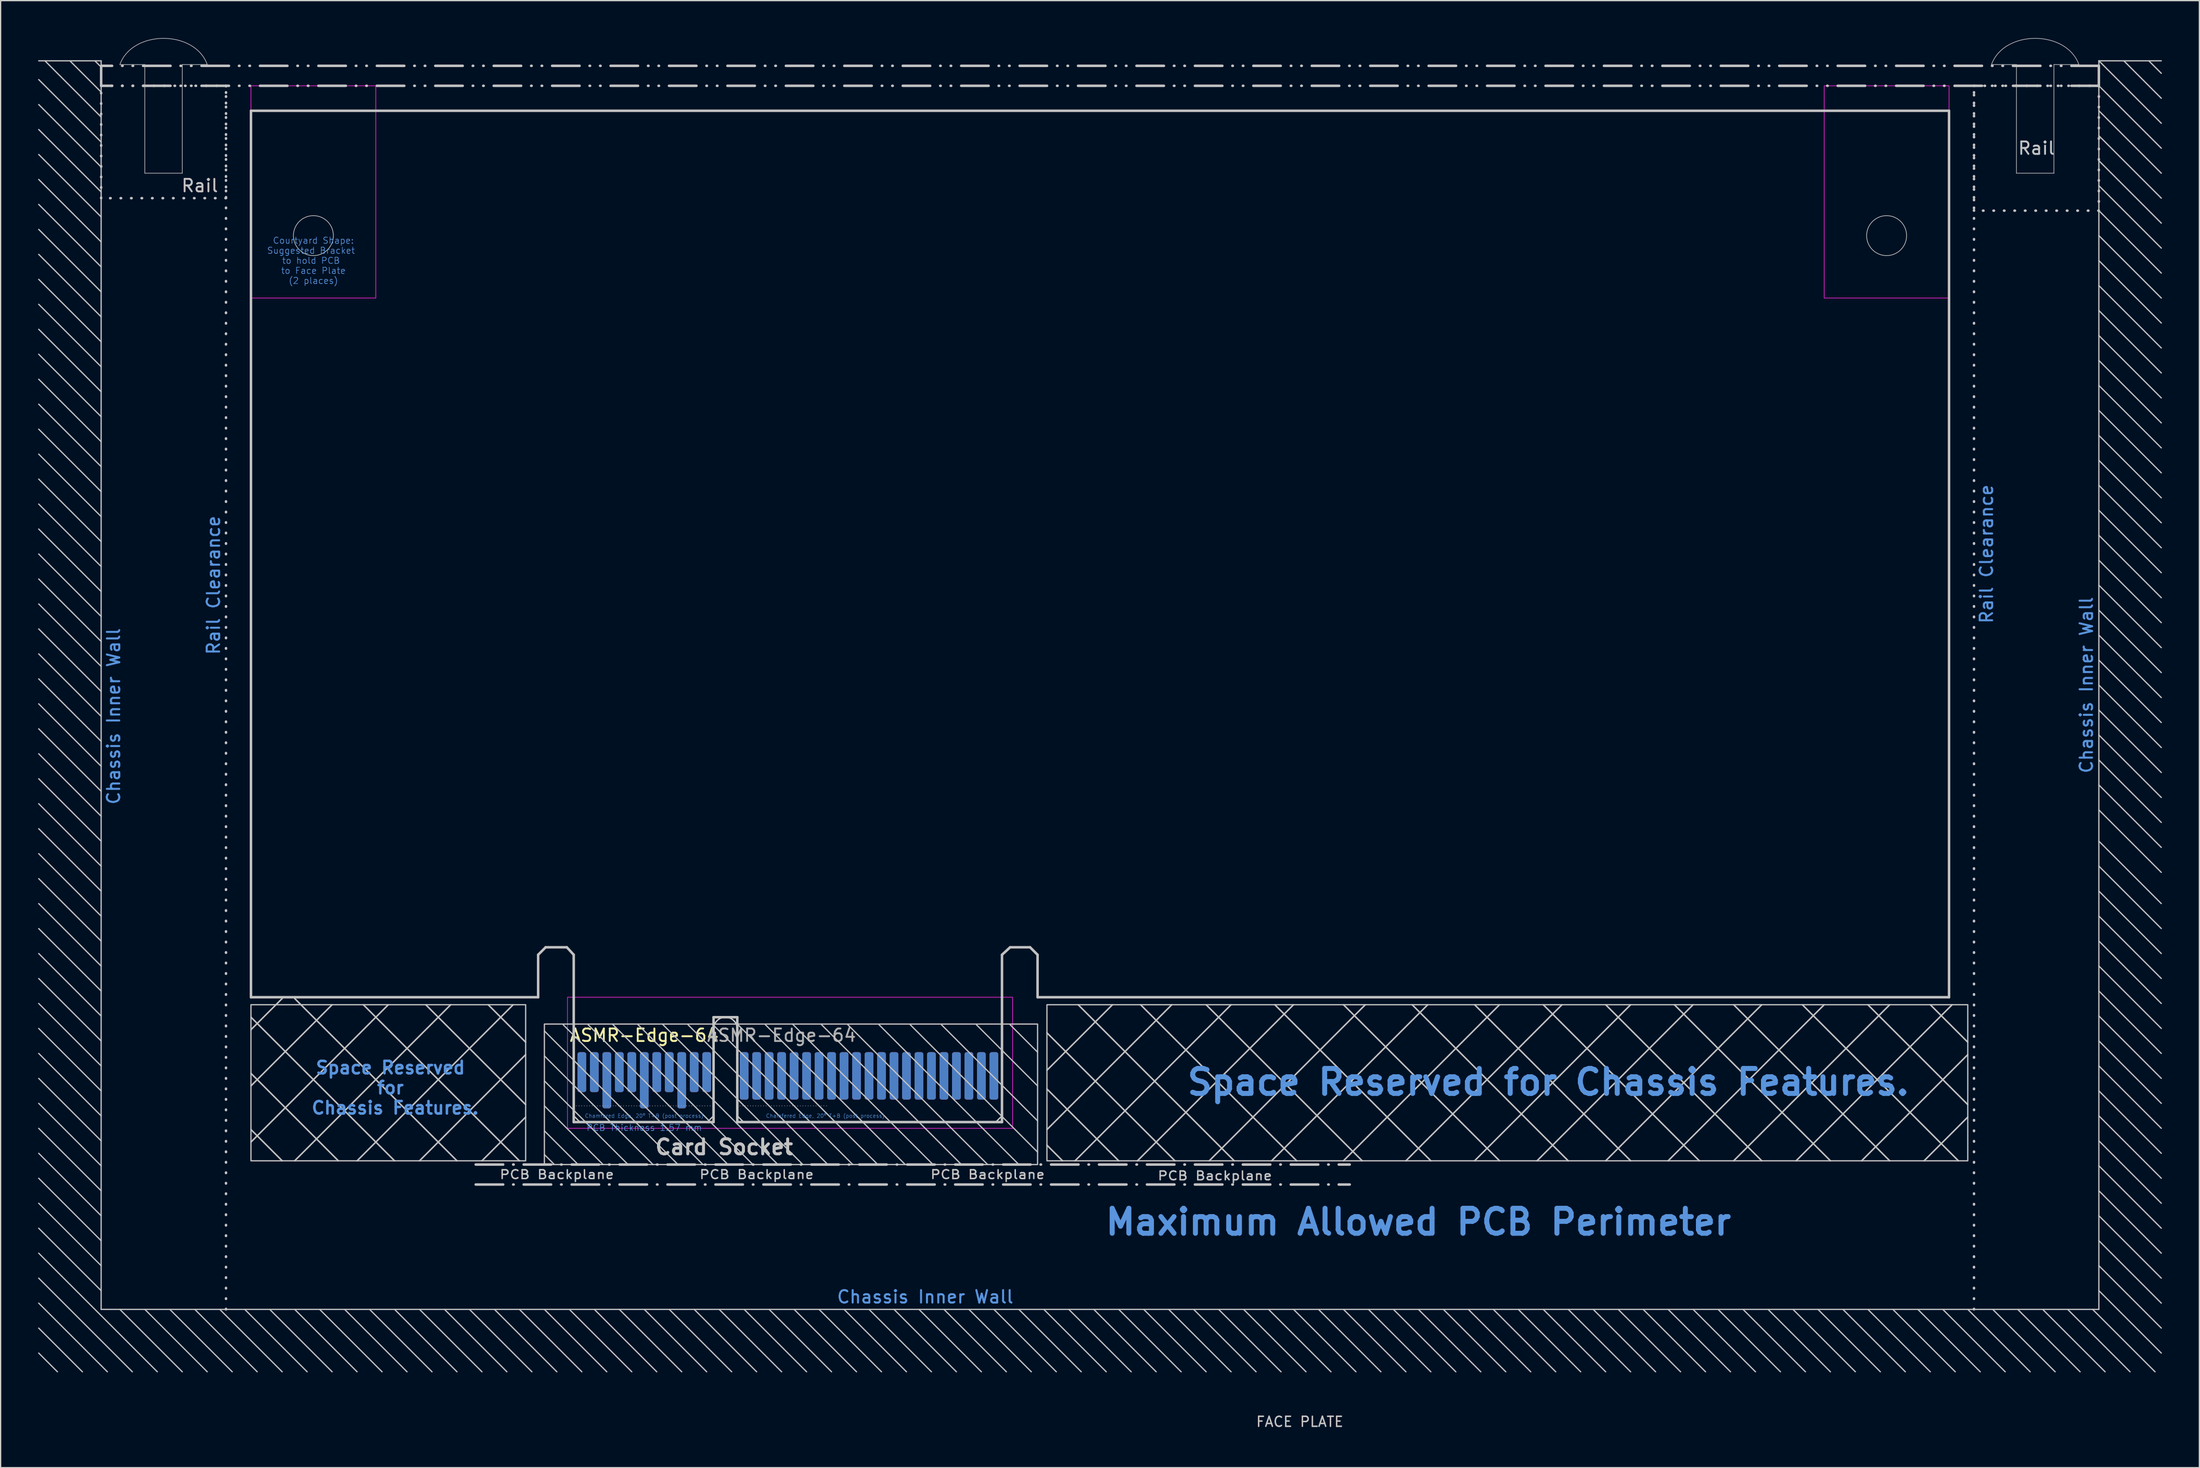
<source format=kicad_pcb>
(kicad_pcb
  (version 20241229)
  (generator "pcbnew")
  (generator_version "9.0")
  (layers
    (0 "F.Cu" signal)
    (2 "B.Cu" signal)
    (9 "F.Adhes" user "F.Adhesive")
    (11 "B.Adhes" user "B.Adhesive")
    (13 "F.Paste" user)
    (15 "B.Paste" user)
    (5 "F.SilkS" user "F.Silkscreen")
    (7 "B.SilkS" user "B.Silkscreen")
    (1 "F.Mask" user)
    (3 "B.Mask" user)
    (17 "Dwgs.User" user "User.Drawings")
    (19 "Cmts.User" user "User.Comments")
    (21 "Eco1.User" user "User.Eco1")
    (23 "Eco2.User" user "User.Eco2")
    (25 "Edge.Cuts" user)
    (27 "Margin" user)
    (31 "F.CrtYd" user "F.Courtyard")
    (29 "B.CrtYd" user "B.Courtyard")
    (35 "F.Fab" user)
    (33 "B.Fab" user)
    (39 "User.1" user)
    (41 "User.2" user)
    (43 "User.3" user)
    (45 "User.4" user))
  (footprint "ASMR-Edge-64"
    (layer "F.Cu")
    (at 55.05 78.422)
    (property "Reference" "ASMR-Edge-64" (at -6.5 1.45 0) (layer "F.SilkS") (effects (font (size 1 1) (thickness 0.15))))
    (attr exclude_from_pos_files exclude_from_bom)
    (fp_rect (start -12.15 3) (end 22.15 8.4) (stroke (width 0.12) (type default)) (fill yes) (layer "F.Mask"))
    (fp_rect (start -12.15 3) (end 22.15 8.4) (stroke (width 0.12) (type default)) (fill yes) (layer "B.Mask"))
    (fp_line (start -55 -76.6) (end -50 -76.6) (stroke (width 0.1) (type default)) (layer "Dwgs.User"))
    (fp_line (start -55 -75.1) (end -50 -70.1) (stroke (width 0.1) (type default)) (layer "Dwgs.User"))
    (fp_line (start -55 -73.1) (end -50 -68.1) (stroke (width 0.1) (type default)) (layer "Dwgs.User"))
    (fp_line (start -55 -71.1) (end -50 -66.1) (stroke (width 0.1) (type default)) (layer "Dwgs.User"))
    (fp_line (start -55 -69.1) (end -50 -64.1) (stroke (width 0.1) (type default)) (layer "Dwgs.User"))
    (fp_line (start -55 -67.1) (end -50 -62.1) (stroke (width 0.1) (type default)) (layer "Dwgs.User"))
    (fp_line (start -55 -65.1) (end -50 -60.1) (stroke (width 0.1) (type default)) (layer "Dwgs.User"))
    (fp_line (start -55 -63.1) (end -50 -58.1) (stroke (width 0.1) (type default)) (layer "Dwgs.User"))
    (fp_line (start -55 -61.1) (end -50 -56.1) (stroke (width 0.1) (type default)) (layer "Dwgs.User"))
    (fp_line (start -55 -59.1) (end -50 -54.1) (stroke (width 0.1) (type default)) (layer "Dwgs.User"))
    (fp_line (start -55 -57.1) (end -50 -52.1) (stroke (width 0.1) (type default)) (layer "Dwgs.User"))
    (fp_line (start -55 -55.1) (end -50 -50.1) (stroke (width 0.1) (type default)) (layer "Dwgs.User"))
    (fp_line (start -55 -53.1) (end -50 -48.1) (stroke (width 0.1) (type default)) (layer "Dwgs.User"))
    (fp_line (start -55 -51.1) (end -50 -46.1) (stroke (width 0.1) (type default)) (layer "Dwgs.User"))
    (fp_line (start -55 -49.1) (end -50 -44.1) (stroke (width 0.1) (type default)) (layer "Dwgs.User"))
    (fp_line (start -55 -47.1) (end -50 -42.1) (stroke (width 0.1) (type default)) (layer "Dwgs.User"))
    (fp_line (start -55 -45.1) (end -50 -40.1) (stroke (width 0.1) (type default)) (layer "Dwgs.User"))
    (fp_line (start -55 -43.1) (end -50 -38.1) (stroke (width 0.1) (type default)) (layer "Dwgs.User"))
    (fp_line (start -55 -41.1) (end -50 -36.1) (stroke (width 0.1) (type default)) (layer "Dwgs.User"))
    (fp_line (start -55 -39.1) (end -50 -34.1) (stroke (width 0.1) (type default)) (layer "Dwgs.User"))
    (fp_line (start -55 -37.1) (end -50 -32.1) (stroke (width 0.1) (type default)) (layer "Dwgs.User"))
    (fp_line (start -55 -35.1) (end -50 -30.1) (stroke (width 0.1) (type default)) (layer "Dwgs.User"))
    (fp_line (start -55 -33.1) (end -50 -28.1) (stroke (width 0.1) (type default)) (layer "Dwgs.User"))
    (fp_line (start -55 -31.1) (end -50 -26.1) (stroke (width 0.1) (type default)) (layer "Dwgs.User"))
    (fp_line (start -55 -29.1) (end -50 -24.1) (stroke (width 0.1) (type default)) (layer "Dwgs.User"))
    (fp_line (start -55 -27.1) (end -50 -22.1) (stroke (width 0.1) (type default)) (layer "Dwgs.User"))
    (fp_line (start -55 -25.1) (end -50 -20.1) (stroke (width 0.1) (type default)) (layer "Dwgs.User"))
    (fp_line (start -55 -23.1) (end -50 -18.1) (stroke (width 0.1) (type default)) (layer "Dwgs.User"))
    (fp_line (start -55 -21.1) (end -50 -16.1) (stroke (width 0.1) (type default)) (layer "Dwgs.User"))
    (fp_line (start -55 -19.1) (end -50 -14.1) (stroke (width 0.1) (type default)) (layer "Dwgs.User"))
    (fp_line (start -55 -17.1) (end -50 -12.1) (stroke (width 0.1) (type default)) (layer "Dwgs.User"))
    (fp_line (start -55 -15.1) (end -50 -10.1) (stroke (width 0.1) (type default)) (layer "Dwgs.User"))
    (fp_line (start -55 -13.1) (end -50 -8.1) (stroke (width 0.1) (type default)) (layer "Dwgs.User"))
    (fp_line (start -55 -11.1) (end -50 -6.1) (stroke (width 0.1) (type default)) (layer "Dwgs.User"))
    (fp_line (start -55 -9.1) (end -50 -4.1) (stroke (width 0.1) (type default)) (layer "Dwgs.User"))
    (fp_line (start -55 -7.1) (end -50 -2.1) (stroke (width 0.1) (type default)) (layer "Dwgs.User"))
    (fp_line (start -55 -5.1) (end -50 -0.1) (stroke (width 0.1) (type default)) (layer "Dwgs.User"))
    (fp_line (start -55 -3.1) (end -50 1.9) (stroke (width 0.1) (type default)) (layer "Dwgs.User"))
    (fp_line (start -55 -1.1) (end -50 3.9) (stroke (width 0.1) (type default)) (layer "Dwgs.User"))
    (fp_line (start -55 0.9) (end -50 5.9) (stroke (width 0.1) (type default)) (layer "Dwgs.User"))
    (fp_line (start -55 2.9) (end -50 7.9) (stroke (width 0.1) (type default)) (layer "Dwgs.User"))
    (fp_line (start -55 4.9) (end -50 9.9) (stroke (width 0.1) (type default)) (layer "Dwgs.User"))
    (fp_line (start -55 6.9) (end -50 11.9) (stroke (width 0.1) (type default)) (layer "Dwgs.User"))
    (fp_line (start -55 8.9) (end -50 13.9) (stroke (width 0.1) (type default)) (layer "Dwgs.User"))
    (fp_line (start -55 10.9) (end -50 15.9) (stroke (width 0.1) (type default)) (layer "Dwgs.User"))
    (fp_line (start -55 12.9) (end -50 17.9) (stroke (width 0.1) (type default)) (layer "Dwgs.User"))
    (fp_line (start -55 14.9) (end -50 19.9) (stroke (width 0.1) (type default)) (layer "Dwgs.User"))
    (fp_line (start -55 16.9) (end -50 21.9) (stroke (width 0.1) (type default)) (layer "Dwgs.User"))
    (fp_line (start -55 18.9) (end -45.5 28.4) (stroke (width 0.1) (type default)) (layer "Dwgs.User"))
    (fp_line (start -55 20.9) (end -47.5 28.4) (stroke (width 0.1) (type default)) (layer "Dwgs.User"))
    (fp_line (start -55 22.9) (end -49.5 28.4) (stroke (width 0.1) (type default)) (layer "Dwgs.User"))
    (fp_line (start -55 24.9) (end -51.5 28.4) (stroke (width 0.1) (type default)) (layer "Dwgs.User"))
    (fp_line (start -55 26.9) (end -53.5 28.4) (stroke (width 0.1) (type default)) (layer "Dwgs.User"))
    (fp_line (start -54.5 -76.6) (end -50 -72.1) (stroke (width 0.1) (type default)) (layer "Dwgs.User"))
    (fp_line (start -52.5 -76.6) (end -50 -74.1) (stroke (width 0.1) (type default)) (layer "Dwgs.User"))
    (fp_line (start -50.5 -76.6) (end -50 -76.1) (stroke (width 0.1) (type default)) (layer "Dwgs.User"))
    (fp_line (start -50 -76.6) (end -50 -76.2) (stroke (width 0.1) (type default)) (layer "Dwgs.User"))
    (fp_line (start -50 -76.2) (end -50 -74.6) (stroke (width 0.2) (type solid)) (layer "Dwgs.User"))
    (fp_line (start -50 -74.6) (end -50 23.4) (stroke (width 0.1) (type default)) (layer "Dwgs.User"))
    (fp_line (start -50 23.4) (end 110 23.4) (stroke (width 0.1) (type default)) (layer "Dwgs.User"))
    (fp_line (start -48.5 -76.3) (end -46.5 -76.3) (stroke (width 0.05) (type default)) (layer "Dwgs.User"))
    (fp_line (start -48.5 23.4) (end -43.5 28.4) (stroke (width 0.1) (type default)) (layer "Dwgs.User"))
    (fp_line (start -46.5 -76.3) (end -46.5 -67.6) (stroke (width 0.05) (type default)) (layer "Dwgs.User"))
    (fp_line (start -46.5 -67.6) (end -43.5 -67.6) (stroke (width 0.05) (type default)) (layer "Dwgs.User"))
    (fp_line (start -46.5 23.4) (end -41.5 28.4) (stroke (width 0.1) (type default)) (layer "Dwgs.User"))
    (fp_line (start -44.5 23.4) (end -39.5 28.4) (stroke (width 0.1) (type default)) (layer "Dwgs.User"))
    (fp_line (start -43.5 -76.3) (end -41.5 -76.3) (stroke (width 0.05) (type default)) (layer "Dwgs.User"))
    (fp_line (start -43.5 -67.6) (end -43.5 -76.3) (stroke (width 0.05) (type default)) (layer "Dwgs.User"))
    (fp_line (start -42.5 23.4) (end -37.5 28.4) (stroke (width 0.1) (type default)) (layer "Dwgs.User"))
    (fp_line (start -40.5 23.4) (end -35.5 28.4) (stroke (width 0.1) (type default)) (layer "Dwgs.User"))
    (fp_line (start -40 23.4) (end -40 -74.6) (stroke (width 0.2) (type dot)) (layer "Dwgs.User"))
    (fp_line (start -40 23.41) (end -40 23.4) (stroke (width 0.0001) (type default)) (layer "Dwgs.User"))
    (fp_line (start -38.5 23.4) (end -33.5 28.4) (stroke (width 0.1) (type default)) (layer "Dwgs.User"))
    (fp_line (start -38 -72.6) (end 98 -72.6) (stroke (width 0.2) (type default)) (layer "Dwgs.User"))
    (fp_line (start -38 -1.6) (end -38 -72.6) (stroke (width 0.2) (type default)) (layer "Dwgs.User"))
    (fp_line (start -38 0) (end -26.5 11.5) (stroke (width 0.12) (type default)) (layer "Dwgs.User"))
    (fp_line (start -38 4.5) (end -31 11.5) (stroke (width 0.12) (type default)) (layer "Dwgs.User"))
    (fp_line (start -38 9) (end -35.5 11.5) (stroke (width 0.12) (type default)) (layer "Dwgs.User"))
    (fp_line (start -36.5 23.4) (end -31.5 28.4) (stroke (width 0.1) (type default)) (layer "Dwgs.User"))
    (fp_line (start -35.5 -1.5) (end -38 1) (stroke (width 0.12) (type default)) (layer "Dwgs.User"))
    (fp_line (start -34.5 -1.5) (end -21.5 11.5) (stroke (width 0.12) (type default)) (layer "Dwgs.User"))
    (fp_line (start -34.5 23.4) (end -29.5 28.4) (stroke (width 0.1) (type default)) (layer "Dwgs.User"))
    (fp_line (start -32.5 23.4) (end -27.5 28.4) (stroke (width 0.1) (type default)) (layer "Dwgs.User"))
    (fp_line (start -31.5 -1) (end -38 5.5) (stroke (width 0.12) (type default)) (layer "Dwgs.User"))
    (fp_line (start -30.5 23.4) (end -25.5 28.4) (stroke (width 0.1) (type default)) (layer "Dwgs.User"))
    (fp_line (start -29 -1) (end -16.5 11.5) (stroke (width 0.12) (type default)) (layer "Dwgs.User"))
    (fp_line (start -28.5 23.4) (end -23.5 28.4) (stroke (width 0.1) (type default)) (layer "Dwgs.User"))
    (fp_line (start -27 -1) (end -38 10) (stroke (width 0.12) (type default)) (layer "Dwgs.User"))
    (fp_line (start -26.5 23.4) (end -21.5 28.4) (stroke (width 0.1) (type default)) (layer "Dwgs.User"))
    (fp_line (start -24.5 23.4) (end -19.5 28.4) (stroke (width 0.1) (type default)) (layer "Dwgs.User"))
    (fp_line (start -24 -1) (end -16 7) (stroke (width 0.12) (type default)) (layer "Dwgs.User"))
    (fp_line (start -22.5 23.4) (end -17.5 28.4) (stroke (width 0.1) (type default)) (layer "Dwgs.User"))
    (fp_line (start -22 -1) (end -34.5 11.5) (stroke (width 0.12) (type default)) (layer "Dwgs.User"))
    (fp_line (start -20.5 23.4) (end -15.5 28.4) (stroke (width 0.1) (type default)) (layer "Dwgs.User"))
    (fp_line (start -20 11.8) (end 50 11.8) (stroke (width 0.2) (type dash_dot)) (layer "Dwgs.User"))
    (fp_line (start -20 13.4) (end 50 13.4) (stroke (width 0.2) (type dash_dot)) (layer "Dwgs.User"))
    (fp_line (start -19 -1) (end -16 2) (stroke (width 0.12) (type default)) (layer "Dwgs.User"))
    (fp_line (start -18.5 23.4) (end -13.5 28.4) (stroke (width 0.1) (type default)) (layer "Dwgs.User"))
    (fp_line (start -17 -1) (end -29.5 11.5) (stroke (width 0.12) (type default)) (layer "Dwgs.User"))
    (fp_line (start -16.5 23.4) (end -11.5 28.4) (stroke (width 0.1) (type default)) (layer "Dwgs.User"))
    (fp_line (start -16 3) (end -24.5 11.5) (stroke (width 0.12) (type default)) (layer "Dwgs.User"))
    (fp_line (start -16 8) (end -19.5 11.5) (stroke (width 0.12) (type default)) (layer "Dwgs.User"))
    (fp_line (start -15 -5) (end -14.4 -5.6) (stroke (width 0.2) (type default)) (layer "Dwgs.User"))
    (fp_line (start -15 -1.6) (end -38 -1.6) (stroke (width 0.2) (type default)) (layer "Dwgs.User"))
    (fp_line (start -15 -1.6) (end -15 -5) (stroke (width 0.2) (type default)) (layer "Dwgs.User"))
    (fp_line (start -14.5 1.1) (end -3.8 11.8) (stroke (width 0.1) (type default)) (layer "Dwgs.User"))
    (fp_line (start -14.5 3.1) (end -5.8 11.8) (stroke (width 0.1) (type default)) (layer "Dwgs.User"))
    (fp_line (start -14.5 5.1) (end -7.8 11.8) (stroke (width 0.1) (type default)) (layer "Dwgs.User"))
    (fp_line (start -14.5 7.1) (end -9.8 11.8) (stroke (width 0.1) (type default)) (layer "Dwgs.User"))
    (fp_line (start -14.5 9.1) (end -11.85 11.75) (stroke (width 0.1) (type default)) (layer "Dwgs.User"))
    (fp_line (start -14.5 11) (end -13.75 11.75) (stroke (width 0.1) (type default)) (layer "Dwgs.User"))
    (fp_line (start -14.5 23.4) (end -9.5 28.4) (stroke (width 0.1) (type default)) (layer "Dwgs.User"))
    (fp_line (start -14.4 -5.6) (end -12.7 -5.6) (stroke (width 0.2) (type default)) (layer "Dwgs.User"))
    (fp_line (start -13 0.6) (end -1.8 11.8) (stroke (width 0.1) (type default)) (layer "Dwgs.User"))
    (fp_line (start -12.7 -5.6) (end -12.15 -5) (stroke (width 0.2) (type default)) (layer "Dwgs.User"))
    (fp_line (start -12.5 23.4) (end -7.5 28.4) (stroke (width 0.1) (type default)) (layer "Dwgs.User"))
    (fp_line (start -12.15 -5) (end -12.15 -1.6) (stroke (width 0.2) (type default)) (layer "Dwgs.User"))
    (fp_line (start -12.15 7.1) (end -0.95 7.1) (stroke (width 0.05) (type dot)) (layer "Dwgs.User"))
    (fp_line (start -12.15 8.4) (end -12.15 -1.6) (stroke (width 0.2) (type default)) (layer "Dwgs.User"))
    (fp_line (start -11 0.6) (end 0.2 11.8) (stroke (width 0.1) (type default)) (layer "Dwgs.User"))
    (fp_line (start -10.5 23.4) (end -5.5 28.4) (stroke (width 0.1) (type default)) (layer "Dwgs.User"))
    (fp_line (start -9.05 0.55) (end 2.2 11.8) (stroke (width 0.1) (type default)) (layer "Dwgs.User"))
    (fp_line (start -8.5 23.4) (end -3.5 28.4) (stroke (width 0.1) (type default)) (layer "Dwgs.User"))
    (fp_line (start -7 0.6) (end 4.2 11.8) (stroke (width 0.1) (type default)) (layer "Dwgs.User"))
    (fp_line (start -6.5 23.4) (end -1.5 28.4) (stroke (width 0.1) (type default)) (layer "Dwgs.User"))
    (fp_line (start -5.05 0.55) (end 6.2 11.8) (stroke (width 0.1) (type default)) (layer "Dwgs.User"))
    (fp_line (start -4.5 23.4) (end 0.5 28.4) (stroke (width 0.1) (type default)) (layer "Dwgs.User"))
    (fp_line (start -3 0.6) (end 8.2 11.8) (stroke (width 0.1) (type default)) (layer "Dwgs.User"))
    (fp_line (start -2.5 23.4) (end 2.5 28.4) (stroke (width 0.1) (type default)) (layer "Dwgs.User"))
    (fp_line (start -1 0.6) (end 10.2 11.8) (stroke (width 0.1) (type default)) (layer "Dwgs.User"))
    (fp_line (start -0.95 0) (end -0.95 8.4) (stroke (width 0.2) (type default)) (layer "Dwgs.User"))
    (fp_line (start -0.95 8.4) (end -12.15 8.4) (stroke (width 0.2) (type default)) (layer "Dwgs.User"))
    (fp_line (start -0.5 23.4) (end 4.5 28.4) (stroke (width 0.1) (type default)) (layer "Dwgs.User"))
    (fp_line (start 0.95 0) (end -0.95 0) (stroke (width 0.2) (type default)) (layer "Dwgs.User"))
    (fp_line (start 0.95 7.1) (end 8.15 7.1) (stroke (width 0.05) (type dot)) (layer "Dwgs.User"))
    (fp_line (start 0.95 8.4) (end 0.95 0) (stroke (width 0.2) (type default)) (layer "Dwgs.User"))
    (fp_line (start 1 0.6) (end 12.2 11.8) (stroke (width 0.1) (type default)) (layer "Dwgs.User"))
    (fp_line (start 1.5 23.4) (end 6.5 28.4) (stroke (width 0.1) (type default)) (layer "Dwgs.User"))
    (fp_line (start 3.2 0.6) (end 14.4 11.8) (stroke (width 0.1) (type default)) (layer "Dwgs.User"))
    (fp_line (start 3.5 23.4) (end 8.5 28.4) (stroke (width 0.1) (type default)) (layer "Dwgs.User"))
    (fp_line (start 5.375 0.55) (end 16.625 11.8) (stroke (width 0.1) (type default)) (layer "Dwgs.User"))
    (fp_line (start 5.5 23.4) (end 10.5 28.4) (stroke (width 0.1) (type default)) (layer "Dwgs.User"))
    (fp_line (start 7.5 23.4) (end 12.5 28.4) (stroke (width 0.1) (type default)) (layer "Dwgs.User"))
    (fp_line (start 7.65 0.55) (end 18.9 11.8) (stroke (width 0.1) (type default)) (layer "Dwgs.User"))
    (fp_line (start 9.5 23.4) (end 14.5 28.4) (stroke (width 0.1) (type default)) (layer "Dwgs.User"))
    (fp_line (start 9.8 0.6) (end 21 11.8) (stroke (width 0.1) (type default)) (layer "Dwgs.User"))
    (fp_line (start 11.5 23.4) (end 16.5 28.4) (stroke (width 0.1) (type default)) (layer "Dwgs.User"))
    (fp_line (start 12.3 0.6) (end 23.5 11.8) (stroke (width 0.1) (type default)) (layer "Dwgs.User"))
    (fp_line (start 13.5 23.4) (end 18.5 28.4) (stroke (width 0.1) (type default)) (layer "Dwgs.User"))
    (fp_line (start 14.8 0.6) (end 25 10.8) (stroke (width 0.1) (type default)) (layer "Dwgs.User"))
    (fp_line (start 15.5 23.4) (end 20.5 28.4) (stroke (width 0.1) (type default)) (layer "Dwgs.User"))
    (fp_line (start 17.3 0.6) (end 25 8.3) (stroke (width 0.1) (type default)) (layer "Dwgs.User"))
    (fp_line (start 17.5 23.4) (end 22.5 28.4) (stroke (width 0.1) (type default)) (layer "Dwgs.User"))
    (fp_line (start 19.5 23.4) (end 24.5 28.4) (stroke (width 0.1) (type default)) (layer "Dwgs.User"))
    (fp_line (start 20.1 0.6) (end 25 5.5) (stroke (width 0.1) (type default)) (layer "Dwgs.User"))
    (fp_line (start 21.5 23.4) (end 26.5 28.4) (stroke (width 0.1) (type default)) (layer "Dwgs.User"))
    (fp_line (start 22.15 -5) (end 22.15 -1.6) (stroke (width 0.2) (type solid)) (layer "Dwgs.User"))
    (fp_line (start 22.15 -1.6) (end 22.15 8.4) (stroke (width 0.2) (type solid)) (layer "Dwgs.User"))
    (fp_line (start 22.15 8.4) (end 0.95 8.4) (stroke (width 0.2) (type default)) (layer "Dwgs.User"))
    (fp_line (start 22.8 -5.6) (end 22.15 -5) (stroke (width 0.2) (type solid)) (layer "Dwgs.User"))
    (fp_line (start 22.8 0.6) (end 25 2.8) (stroke (width 0.1) (type default)) (layer "Dwgs.User"))
    (fp_line (start 23.5 23.4) (end 28.5 28.4) (stroke (width 0.1) (type default)) (layer "Dwgs.User"))
    (fp_line (start 24.4 -5.6) (end 22.8 -5.6) (stroke (width 0.2) (type solid)) (layer "Dwgs.User"))
    (fp_line (start 25 -5) (end 24.4 -5.6) (stroke (width 0.2) (type solid)) (layer "Dwgs.User"))
    (fp_line (start 25 -1.6) (end 25 -5) (stroke (width 0.2) (type solid)) (layer "Dwgs.User"))
    (fp_line (start 25.5 23.4) (end 30.5 28.4) (stroke (width 0.1) (type default)) (layer "Dwgs.User"))
    (fp_line (start 25.75 1.25) (end 36 11.5) (stroke (width 0.12) (type default)) (layer "Dwgs.User"))
    (fp_line (start 25.75 5.75) (end 31.5 11.5) (stroke (width 0.12) (type default)) (layer "Dwgs.User"))
    (fp_line (start 25.75 10.25) (end 27 11.5) (stroke (width 0.12) (type default)) (layer "Dwgs.User"))
    (fp_line (start 27.5 23.4) (end 32.5 28.4) (stroke (width 0.1) (type default)) (layer "Dwgs.User"))
    (fp_line (start 28.25 -1) (end 40.75 11.5) (stroke (width 0.12) (type default)) (layer "Dwgs.User"))
    (fp_line (start 29.5 23.4) (end 34.5 28.4) (stroke (width 0.1) (type default)) (layer "Dwgs.User"))
    (fp_line (start 31 -1) (end 25.75 4.25) (stroke (width 0.12) (type default)) (layer "Dwgs.User"))
    (fp_line (start 31.5 23.4) (end 36.5 28.4) (stroke (width 0.1) (type default)) (layer "Dwgs.User"))
    (fp_line (start 33.25 -1) (end 45.75 11.5) (stroke (width 0.12) (type default)) (layer "Dwgs.User"))
    (fp_line (start 33.5 23.4) (end 38.5 28.4) (stroke (width 0.1) (type default)) (layer "Dwgs.User"))
    (fp_line (start 35.5 23.4) (end 40.5 28.4) (stroke (width 0.1) (type default)) (layer "Dwgs.User"))
    (fp_line (start 35.75 -1) (end 25.75 9) (stroke (width 0.12) (type default)) (layer "Dwgs.User"))
    (fp_line (start 37.5 23.4) (end 42.5 28.4) (stroke (width 0.1) (type default)) (layer "Dwgs.User"))
    (fp_line (start 38.5 -1) (end 51 11.5) (stroke (width 0.12) (type default)) (layer "Dwgs.User"))
    (fp_line (start 39.5 23.4) (end 44.5 28.4) (stroke (width 0.1) (type default)) (layer "Dwgs.User"))
    (fp_line (start 40.5 -1) (end 28 11.5) (stroke (width 0.12) (type default)) (layer "Dwgs.User"))
    (fp_line (start 41.5 23.4) (end 46.5 28.4) (stroke (width 0.1) (type default)) (layer "Dwgs.User"))
    (fp_line (start 43.5 23.4) (end 48.5 28.4) (stroke (width 0.1) (type default)) (layer "Dwgs.User"))
    (fp_line (start 44 -1) (end 56.5 11.5) (stroke (width 0.12) (type default)) (layer "Dwgs.User"))
    (fp_line (start 45.5 -1) (end 33 11.5) (stroke (width 0.12) (type default)) (layer "Dwgs.User"))
    (fp_line (start 45.5 23.4) (end 50.5 28.4) (stroke (width 0.1) (type default)) (layer "Dwgs.User"))
    (fp_line (start 47.5 23.4) (end 52.5 28.4) (stroke (width 0.1) (type default)) (layer "Dwgs.User"))
    (fp_line (start 49.5 -1) (end 62 11.5) (stroke (width 0.12) (type default)) (layer "Dwgs.User"))
    (fp_line (start 49.5 23.4) (end 54.5 28.4) (stroke (width 0.1) (type default)) (layer "Dwgs.User"))
    (fp_line (start 51.25 -1) (end 38.75 11.5) (stroke (width 0.12) (type default)) (layer "Dwgs.User"))
    (fp_line (start 51.5 23.4) (end 56.5 28.4) (stroke (width 0.1) (type default)) (layer "Dwgs.User"))
    (fp_line (start 53.5 23.4) (end 58.5 28.4) (stroke (width 0.1) (type default)) (layer "Dwgs.User"))
    (fp_line (start 55 -1) (end 67.5 11.5) (stroke (width 0.12) (type default)) (layer "Dwgs.User"))
    (fp_line (start 55.5 23.4) (end 60.5 28.4) (stroke (width 0.1) (type default)) (layer "Dwgs.User"))
    (fp_line (start 56.25 -1) (end 43.75 11.5) (stroke (width 0.12) (type default)) (layer "Dwgs.User"))
    (fp_line (start 57.5 23.4) (end 62.5 28.4) (stroke (width 0.1) (type default)) (layer "Dwgs.User"))
    (fp_line (start 59.5 23.4) (end 64.5 28.4) (stroke (width 0.1) (type default)) (layer "Dwgs.User"))
    (fp_line (start 60 -1) (end 72.5 11.5) (stroke (width 0.12) (type default)) (layer "Dwgs.User"))
    (fp_line (start 61.5 23.4) (end 66.5 28.4) (stroke (width 0.1) (type default)) (layer "Dwgs.User"))
    (fp_line (start 62 -1) (end 49.5 11.5) (stroke (width 0.12) (type default)) (layer "Dwgs.User"))
    (fp_line (start 63.5 23.4) (end 68.5 28.4) (stroke (width 0.1) (type default)) (layer "Dwgs.User"))
    (fp_line (start 65.5 -1) (end 78 11.5) (stroke (width 0.12) (type default)) (layer "Dwgs.User"))
    (fp_line (start 65.5 23.4) (end 70.5 28.4) (stroke (width 0.1) (type default)) (layer "Dwgs.User"))
    (fp_line (start 67 -1) (end 54.5 11.5) (stroke (width 0.12) (type default)) (layer "Dwgs.User"))
    (fp_line (start 67.5 23.4) (end 72.5 28.4) (stroke (width 0.1) (type default)) (layer "Dwgs.User"))
    (fp_line (start 69.5 23.4) (end 74.5 28.4) (stroke (width 0.1) (type default)) (layer "Dwgs.User"))
    (fp_line (start 70.5 -1) (end 83 11.5) (stroke (width 0.12) (type default)) (layer "Dwgs.User"))
    (fp_line (start 71.5 23.4) (end 76.5 28.4) (stroke (width 0.1) (type default)) (layer "Dwgs.User"))
    (fp_line (start 72.5 -1) (end 60 11.5) (stroke (width 0.12) (type default)) (layer "Dwgs.User"))
    (fp_line (start 73.5 23.4) (end 78.5 28.4) (stroke (width 0.1) (type default)) (layer "Dwgs.User"))
    (fp_line (start 75.5 23.4) (end 80.5 28.4) (stroke (width 0.1) (type default)) (layer "Dwgs.User"))
    (fp_line (start 76 -1) (end 88.5 11.5) (stroke (width 0.12) (type default)) (layer "Dwgs.User"))
    (fp_line (start 77.5 -1) (end 65 11.5) (stroke (width 0.12) (type default)) (layer "Dwgs.User"))
    (fp_line (start 77.5 23.4) (end 82.5 28.4) (stroke (width 0.1) (type default)) (layer "Dwgs.User"))
    (fp_line (start 79.5 23.4) (end 84.5 28.4) (stroke (width 0.1) (type default)) (layer "Dwgs.User"))
    (fp_line (start 80.75 -1) (end 93.25 11.5) (stroke (width 0.12) (type default)) (layer "Dwgs.User"))
    (fp_line (start 81.5 23.4) (end 86.5 28.4) (stroke (width 0.1) (type default)) (layer "Dwgs.User"))
    (fp_line (start 83 -1) (end 70.5 11.5) (stroke (width 0.12) (type default)) (layer "Dwgs.User"))
    (fp_line (start 83.5 23.4) (end 88.5 28.4) (stroke (width 0.1) (type default)) (layer "Dwgs.User"))
    (fp_line (start 85.5 23.4) (end 90.5 28.4) (stroke (width 0.1) (type default)) (layer "Dwgs.User"))
    (fp_line (start 86.25 -1) (end 98.75 11.5) (stroke (width 0.12) (type default)) (layer "Dwgs.User"))
    (fp_line (start 87.5 23.4) (end 92.5 28.4) (stroke (width 0.1) (type default)) (layer "Dwgs.User"))
    (fp_line (start 88 -1) (end 75.5 11.5) (stroke (width 0.12) (type default)) (layer "Dwgs.User"))
    (fp_line (start 89.5 23.4) (end 94.5 28.4) (stroke (width 0.1) (type default)) (layer "Dwgs.User"))
    (fp_line (start 91.5 -1) (end 99.5 7) (stroke (width 0.12) (type default)) (layer "Dwgs.User"))
    (fp_line (start 91.5 23.4) (end 96.5 28.4) (stroke (width 0.1) (type default)) (layer "Dwgs.User"))
    (fp_line (start 93.25 -1) (end 80.75 11.5) (stroke (width 0.12) (type default)) (layer "Dwgs.User"))
    (fp_line (start 93.5 23.4) (end 98.5 28.4) (stroke (width 0.1) (type default)) (layer "Dwgs.User"))
    (fp_line (start 95.5 23.4) (end 100.5 28.4) (stroke (width 0.1) (type default)) (layer "Dwgs.User"))
    (fp_line (start 96.5 -1) (end 99.5 2) (stroke (width 0.12) (type default)) (layer "Dwgs.User"))
    (fp_line (start 97.5 23.4) (end 102.5 28.4) (stroke (width 0.1) (type default)) (layer "Dwgs.User"))
    (fp_line (start 98 -72.6) (end 98 -1.6) (stroke (width 0.2) (type default)) (layer "Dwgs.User"))
    (fp_line (start 98 -1.6) (end 25 -1.6) (stroke (width 0.2) (type default)) (layer "Dwgs.User"))
    (fp_line (start 98.25 -1) (end 85.75 11.5) (stroke (width 0.12) (type default)) (layer "Dwgs.User"))
    (fp_line (start 99.5 3) (end 91 11.5) (stroke (width 0.12) (type default)) (layer "Dwgs.User"))
    (fp_line (start 99.5 8) (end 96 11.5) (stroke (width 0.12) (type default)) (layer "Dwgs.User"))
    (fp_line (start 99.5 23.4) (end 104.5 28.4) (stroke (width 0.1) (type default)) (layer "Dwgs.User"))
    (fp_line (start 100 23.4) (end 100 -74.6) (stroke (width 0.2) (type dot)) (layer "Dwgs.User"))
    (fp_line (start 100 23.41) (end 100 23.4) (stroke (width 0.0001) (type default)) (layer "Dwgs.User"))
    (fp_line (start 101.4 -76.3) (end 103.4 -76.3) (stroke (width 0.05) (type default)) (layer "Dwgs.User"))
    (fp_line (start 101.5 23.4) (end 106.5 28.4) (stroke (width 0.1) (type default)) (layer "Dwgs.User"))
    (fp_line (start 103.4 -76.3) (end 103.4 -67.6) (stroke (width 0.05) (type default)) (layer "Dwgs.User"))
    (fp_line (start 103.4 -67.6) (end 106.4 -67.6) (stroke (width 0.05) (type default)) (layer "Dwgs.User"))
    (fp_line (start 103.5 23.4) (end 108.5 28.4) (stroke (width 0.1) (type default)) (layer "Dwgs.User"))
    (fp_line (start 105.5 23.4) (end 110.5 28.4) (stroke (width 0.1) (type default)) (layer "Dwgs.User"))
    (fp_line (start 106.4 -76.3) (end 108.4 -76.3) (stroke (width 0.05) (type default)) (layer "Dwgs.User"))
    (fp_line (start 106.4 -67.6) (end 106.4 -76.3) (stroke (width 0.05) (type default)) (layer "Dwgs.User"))
    (fp_line (start 107.5 23.4) (end 112.5 28.4) (stroke (width 0.1) (type default)) (layer "Dwgs.User"))
    (fp_line (start 109.5 23.4) (end 114.5 28.4) (stroke (width 0.1) (type default)) (layer "Dwgs.User"))
    (fp_line (start 110 -76.6) (end 110 -76.1) (stroke (width 0.1) (type default)) (layer "Dwgs.User"))
    (fp_line (start 110 -76.6) (end 115 -71.6) (stroke (width 0.1) (type default)) (layer "Dwgs.User"))
    (fp_line (start 110 -76.2) (end -50 -76.2) (stroke (width 0.2) (type dash_dot_dot)) (layer "Dwgs.User"))
    (fp_line (start 110 -76.2) (end 110 -74.6) (stroke (width 0.2) (type dash_dot)) (layer "Dwgs.User"))
    (fp_line (start 110 -74.6) (end -50 -74.6) (stroke (width 0.2) (type dash_dot_dot)) (layer "Dwgs.User"))
    (fp_line (start 110 -74.6) (end 115 -69.6) (stroke (width 0.1) (type default)) (layer "Dwgs.User"))
    (fp_line (start 110 -72.6) (end 115 -67.6) (stroke (width 0.1) (type default)) (layer "Dwgs.User"))
    (fp_line (start 110 -70.6) (end 115 -65.6) (stroke (width 0.1) (type default)) (layer "Dwgs.User"))
    (fp_line (start 110 -68.6) (end 115 -63.6) (stroke (width 0.1) (type default)) (layer "Dwgs.User"))
    (fp_line (start 110 -66.6) (end 115 -61.6) (stroke (width 0.1) (type default)) (layer "Dwgs.User"))
    (fp_line (start 110 -64.6) (end 115 -59.6) (stroke (width 0.1) (type default)) (layer "Dwgs.User"))
    (fp_line (start 110 -62.6) (end 115 -57.6) (stroke (width 0.1) (type default)) (layer "Dwgs.User"))
    (fp_line (start 110 -60.6) (end 115 -55.6) (stroke (width 0.1) (type default)) (layer "Dwgs.User"))
    (fp_line (start 110 -58.6) (end 115 -53.6) (stroke (width 0.1) (type default)) (layer "Dwgs.User"))
    (fp_line (start 110 -56.6) (end 115 -51.6) (stroke (width 0.1) (type default)) (layer "Dwgs.User"))
    (fp_line (start 110 -54.6) (end 115 -49.6) (stroke (width 0.1) (type default)) (layer "Dwgs.User"))
    (fp_line (start 110 -52.6) (end 115 -47.6) (stroke (width 0.1) (type default)) (layer "Dwgs.User"))
    (fp_line (start 110 -50.6) (end 115 -45.6) (stroke (width 0.1) (type default)) (layer "Dwgs.User"))
    (fp_line (start 110 -48.6) (end 115 -43.6) (stroke (width 0.1) (type default)) (layer "Dwgs.User"))
    (fp_line (start 110 -46.6) (end 115 -41.6) (stroke (width 0.1) (type default)) (layer "Dwgs.User"))
    (fp_line (start 110 -44.6) (end 115 -39.6) (stroke (width 0.1) (type default)) (layer "Dwgs.User"))
    (fp_line (start 110 -42.6) (end 115 -37.6) (stroke (width 0.1) (type default)) (layer "Dwgs.User"))
    (fp_line (start 110 -40.6) (end 115 -35.6) (stroke (width 0.1) (type default)) (layer "Dwgs.User"))
    (fp_line (start 110 -38.6) (end 115 -33.6) (stroke (width 0.1) (type default)) (layer "Dwgs.User"))
    (fp_line (start 110 -36.6) (end 115 -31.6) (stroke (width 0.1) (type default)) (layer "Dwgs.User"))
    (fp_line (start 110 -34.6) (end 115 -29.6) (stroke (width 0.1) (type default)) (layer "Dwgs.User"))
    (fp_line (start 110 -32.6) (end 115 -27.6) (stroke (width 0.1) (type default)) (layer "Dwgs.User"))
    (fp_line (start 110 -30.6) (end 115 -25.6) (stroke (width 0.1) (type default)) (layer "Dwgs.User"))
    (fp_line (start 110 -28.6) (end 115 -23.6) (stroke (width 0.1) (type default)) (layer "Dwgs.User"))
    (fp_line (start 110 -26.6) (end 115 -21.6) (stroke (width 0.1) (type default)) (layer "Dwgs.User"))
    (fp_line (start 110 -24.6) (end 115 -19.6) (stroke (width 0.1) (type default)) (layer "Dwgs.User"))
    (fp_line (start 110 -22.6) (end 115 -17.6) (stroke (width 0.1) (type default)) (layer "Dwgs.User"))
    (fp_line (start 110 -20.6) (end 115 -15.6) (stroke (width 0.1) (type default)) (layer "Dwgs.User"))
    (fp_line (start 110 -18.6) (end 115 -13.6) (stroke (width 0.1) (type default)) (layer "Dwgs.User"))
    (fp_line (start 110 -16.6) (end 115 -11.6) (stroke (width 0.1) (type default)) (layer "Dwgs.User"))
    (fp_line (start 110 -14.1) (end 115 -9.1) (stroke (width 0.1) (type default)) (layer "Dwgs.User"))
    (fp_line (start 110 -12.1) (end 115 -7.1) (stroke (width 0.1) (type default)) (layer "Dwgs.User"))
    (fp_line (start 110 -10.1) (end 115 -5.1) (stroke (width 0.1) (type default)) (layer "Dwgs.User"))
    (fp_line (start 110 -8.1) (end 115 -3.1) (stroke (width 0.1) (type default)) (layer "Dwgs.User"))
    (fp_line (start 110 -6.1) (end 115 -1.1) (stroke (width 0.1) (type default)) (layer "Dwgs.User"))
    (fp_line (start 110 -4.1) (end 115 0.9) (stroke (width 0.1) (type default)) (layer "Dwgs.User"))
    (fp_line (start 110 -2.1) (end 115 2.9) (stroke (width 0.1) (type default)) (layer "Dwgs.User"))
    (fp_line (start 110 -0.1) (end 115 4.9) (stroke (width 0.1) (type default)) (layer "Dwgs.User"))
    (fp_line (start 110 1.9) (end 115 6.9) (stroke (width 0.1) (type default)) (layer "Dwgs.User"))
    (fp_line (start 110 3.9) (end 115 8.9) (stroke (width 0.1) (type default)) (layer "Dwgs.User"))
    (fp_line (start 110 5.9) (end 115 10.9) (stroke (width 0.1) (type default)) (layer "Dwgs.User"))
    (fp_line (start 110 7.9) (end 115 12.9) (stroke (width 0.1) (type default)) (layer "Dwgs.User"))
    (fp_line (start 110 9.9) (end 115 14.9) (stroke (width 0.1) (type default)) (layer "Dwgs.User"))
    (fp_line (start 110 11.9) (end 115 16.9) (stroke (width 0.1) (type default)) (layer "Dwgs.User"))
    (fp_line (start 110 13.9) (end 115 18.9) (stroke (width 0.1) (type default)) (layer "Dwgs.User"))
    (fp_line (start 110 15.9) (end 115 20.9) (stroke (width 0.1) (type default)) (layer "Dwgs.User"))
    (fp_line (start 110 17.9) (end 115 22.9) (stroke (width 0.1) (type default)) (layer "Dwgs.User"))
    (fp_line (start 110 19.9) (end 115 24.9) (stroke (width 0.1) (type default)) (layer "Dwgs.User"))
    (fp_line (start 110 21.9) (end 115 26.9) (stroke (width 0.1) (type default)) (layer "Dwgs.User"))
    (fp_line (start 110 23.4) (end 110 -74.6) (stroke (width 0.1) (type default)) (layer "Dwgs.User"))
    (fp_line (start 112 -76.6) (end 115 -73.6) (stroke (width 0.1) (type default)) (layer "Dwgs.User"))
    (fp_line (start 114 -76.6) (end 115 -75.6) (stroke (width 0.1) (type default)) (layer "Dwgs.User"))
    (fp_line (start 115 -76.6) (end 110 -76.6) (stroke (width 0.1) (type default)) (layer "Dwgs.User"))
    (fp_rect (start -50 -74.6) (end -40 -65.6) (stroke (width 0.2) (type dot)) (fill no) (layer "Dwgs.User"))
    (fp_rect (start -38 -1) (end -16 11.5) (stroke (width 0.1) (type solid)) (fill no) (layer "Dwgs.User"))
    (fp_rect (start -14.5 0.55) (end 25 11.8) (stroke (width 0.1) (type default)) (fill no) (layer "Dwgs.User"))
    (fp_rect (start 25.75 -1) (end 99.5 11.5) (stroke (width 0.1) (type solid)) (fill no) (layer "Dwgs.User"))
    (fp_rect (start 100 -74.6) (end 110 -64.6) (stroke (width 0.2) (type dot)) (fill no) (layer "Dwgs.User"))
    (fp_circle (center -40 23.4) (end -40 23.41) (stroke (width 0.0001) (type default)) (fill no) (layer "Dwgs.User"))
    (fp_circle (center -12.1 0.55) (end -12.1 0.56) (stroke (width 0.0001) (type default)) (fill no) (layer "Dwgs.User"))
    (fp_circle (center -0.9 0.55) (end -0.9 0.56) (stroke (width 0.0001) (type default)) (fill no) (layer "Dwgs.User"))
    (fp_circle (center 0.9 0.55) (end 0.9 0.56) (stroke (width 0.0001) (type default)) (fill no) (layer "Dwgs.User"))
    (fp_circle (center 8.1 0.55) (end 8.1 0.56) (stroke (width 0.0001) (type default)) (fill no) (layer "Dwgs.User"))
    (fp_circle (center 100 23.4) (end 100 23.41) (stroke (width 0.0001) (type default)) (fill no) (layer "Dwgs.User"))
    (fp_curve (pts (xy -48.5 -76.3) (xy -47.5 -79.1) (xy -42.5 -79.1) (xy -41.5 -76.3)) (stroke (width 0.05) (type default)) (layer "Dwgs.User"))
    (fp_curve (pts (xy 101.4 -76.3) (xy 102.4 -79.1) (xy 107.4 -79.1) (xy 108.4 -76.3)) (stroke (width 0.05) (type default)) (layer "Dwgs.User"))
    (fp_line (start -15 -5) (end -15 -1.6) (stroke (width 0.1) (type default)) (layer "Edge.Cuts"))
    (fp_line (start -14.4 -5.6) (end -15 -5) (stroke (width 0.1) (type default)) (layer "Edge.Cuts"))
    (fp_line (start -14.4 -5.6) (end -12.7 -5.6) (stroke (width 0.1) (type default)) (layer "Edge.Cuts"))
    (fp_line (start -12.7 -5.6) (end -12.15 -5) (stroke (width 0.1) (type default)) (layer "Edge.Cuts"))
    (fp_line (start -12.15 -5) (end -12.15 7.9) (stroke (width 0.1) (type solid)) (layer "Edge.Cuts"))
    (fp_line (start -12.15 7.9) (end -11.65 8.4) (stroke (width 0.1) (type solid)) (layer "Edge.Cuts"))
    (fp_line (start -11.65 8.4) (end -1.45 8.4) (stroke (width 0.1) (type solid)) (layer "Edge.Cuts"))
    (fp_line (start -0.95 0.95) (end -0.95 7.9) (stroke (width 0.1) (type solid)) (layer "Edge.Cuts"))
    (fp_line (start -0.95 7.9) (end -1.45 8.4) (stroke (width 0.1) (type solid)) (layer "Edge.Cuts"))
    (fp_line (start 0.95 0.95) (end 0.95 7.9) (stroke (width 0.1) (type solid)) (layer "Edge.Cuts"))
    (fp_line (start 0.95 7.9) (end 1.45 8.4) (stroke (width 0.1) (type solid)) (layer "Edge.Cuts"))
    (fp_line (start 1.45 8.4) (end 21.65 8.4) (stroke (width 0.1) (type solid)) (layer "Edge.Cuts"))
    (fp_line (start 22.15 -5) (end 22.15 7.9) (stroke (width 0.1) (type solid)) (layer "Edge.Cuts"))
    (fp_line (start 22.15 -5) (end 22.8 -5.6) (stroke (width 0.1) (type default)) (layer "Edge.Cuts"))
    (fp_line (start 22.15 7.9) (end 21.65 8.4) (stroke (width 0.1) (type solid)) (layer "Edge.Cuts"))
    (fp_line (start 22.8 -5.6) (end 24.4 -5.6) (stroke (width 0.1) (type default)) (layer "Edge.Cuts"))
    (fp_line (start 24.4 -5.6) (end 25 -5) (stroke (width 0.1) (type default)) (layer "Edge.Cuts"))
    (fp_line (start 25 -5) (end 25 -1.6) (stroke (width 0.1) (type default)) (layer "Edge.Cuts"))
    (fp_arc (start -0.95 0.95) (mid 0 0) (end 0.95 0.95) (stroke (width 0.1) (type solid)) (layer "Edge.Cuts"))
    (fp_circle (center -33 -62.6) (end -31.4 -62.6) (stroke (width 0.05) (type solid)) (fill no) (layer "Edge.Cuts"))
    (fp_circle (center 93 -62.6) (end 94.6 -62.6) (stroke (width 0.05) (type solid)) (fill no) (layer "Edge.Cuts"))
    (fp_rect (start -38 -74.6) (end -28 -57.6) (stroke (width 0.05) (type default)) (fill no) (layer "F.CrtYd"))
    (fp_rect (start -12.65 -1.6) (end 23 8.9) (stroke (width 0.05) (type default)) (fill no) (layer "F.CrtYd"))
    (fp_rect (start 88 -74.6) (end 98 -57.6) (stroke (width 0.05) (type default)) (fill no) (layer "F.CrtYd"))
    (fp_text user "PCB Backplane" (at 2.5 12.6 0) (unlocked yes) (layer "Dwgs.User") (effects (font (size 0.7 0.8) (thickness 0.12))))
    (fp_text user "Rail" (at 105 -69.6 0) (unlocked yes) (layer "Dwgs.User") (effects (font (size 1 1) (thickness 0.15))))
    (fp_text user "PCB Backplane" (at -13.5 12.6 0) (unlocked yes) (layer "Dwgs.User") (effects (font (size 0.7 0.8) (thickness 0.12))))
    (fp_text user "PCB Backplane" (at 21 12.6 0) (unlocked yes) (layer "Dwgs.User") (effects (font (size 0.7 0.8) (thickness 0.12))))
    (fp_text user "PCB Backplane" (at 39.2 12.7 0) (unlocked yes) (layer "Dwgs.User") (effects (font (size 0.7 0.8) (thickness 0.12))))
    (fp_text user "Rail" (at -42.1 -66.6 0) (unlocked yes) (layer "Dwgs.User") (effects (font (size 1 1) (thickness 0.15))))
    (fp_text user "FACE PLATE" (at 46 32.4 0) (unlocked yes) (layer "Dwgs.User") (effects (font (size 0.8 0.8) (thickness 0.12))))
    (fp_text user "Card Socket" (at -0.1 10.4 0) (unlocked yes) (layer "Dwgs.User") (effects (font (size 1.2 1.2) (thickness 0.24) (bold yes))))
    (fp_text user "Rail Clearance" (at 101 -37.1 90) (unlocked yes) (layer "Cmts.User") (effects (font (size 1 1) (thickness 0.16))))
    (fp_text user "Chassis Inner Wall" (at -49 -24.1 90) (unlocked yes) (layer "Cmts.User") (effects (font (size 1 1) (thickness 0.16))))
    (fp_text user "Chassis Inner Wall" (at 109 -26.6 90) (unlocked yes) (layer "Cmts.User") (effects (font (size 1 1) (thickness 0.16))))
    (fp_text user "Space Reserved \nfor \nChassis Features." (at -26.45 5.65 0) (unlocked yes) (layer "Cmts.User") (effects (font (size 1 1) (thickness 0.2) (bold yes))))
    (fp_text user "Courtyard Shape:\nSuggested Bracket \nto hold PCB \nto Face Plate\n(2 places)" (at -33 -60.6 0) (unlocked yes) (layer "Cmts.User") (effects (font (size 0.5 0.5) (thickness 0.05))))
    (fp_text user "Chamfered Edge, 20º T+B (post process)" (at 8 7.9 0) (layer "Cmts.User") (effects (font (size 0.3 0.3) (thickness 0.03))))
    (fp_text user "PCB Thickness 1.57 mm" (at -6.5 8.85 180) (layer "Cmts.User") (effects (font (size 0.5 0.5) (thickness 0.05))))
    (fp_text user "Rail Clearance" (at -41 -34.6 90) (unlocked yes) (layer "Cmts.User") (effects (font (size 1 1) (thickness 0.16))))
    (fp_text user "Maximum Allowed PCB Perimeter" (at 55.5 16.4 0) (unlocked yes) (layer "Cmts.User") (effects (font (size 2 2) (thickness 0.4) (bold yes))))
    (fp_text user "Space Reserved for Chassis Features." (at 65.9 5.2 0) (unlocked yes) (layer "Cmts.User") (effects (font (size 2 2) (thickness 0.4) (bold yes))))
    (fp_text user "Chassis Inner Wall" (at 16 22.4 0) (unlocked yes) (layer "Cmts.User") (effects (font (size 1 1) (thickness 0.16))))
    (fp_text user "Chamfered Edge, 20º T+B (post process)" (at -6.5 7.9 0) (layer "Cmts.User") (effects (font (size 0.3 0.3) (thickness 0.03))))
    (fp_text user "${REFERENCE}" (at 4.5 1.45 0) (layer "F.Fab") (effects (font (size 1 1) (thickness 0.15))))
    (pad "A1" connect roundrect (at -11.5 4.4) (size 0.7 3.2) (layers "B.Cu" "B.Mask") (roundrect_rratio 0.25))
    (pad "A2" connect roundrect (at -10.5 4.4) (size 0.7 3.2) (layers "B.Cu" "B.Mask") (roundrect_rratio 0.25))
    (pad "A3" connect roundrect (at -9.5 5.05) (size 0.7 4.5) (layers "B.Cu" "B.Mask") (roundrect_rratio 0.25))
    (pad "A4" connect roundrect (at -8.5 4.4) (size 0.7 3.2) (layers "B.Cu" "B.Mask") (roundrect_rratio 0.25))
    (pad "A5" connect roundrect (at -7.5 4.4) (size 0.7 3.2) (layers "B.Cu" "B.Mask") (roundrect_rratio 0.25))
    (pad "A6" connect roundrect (at -6.5 5.05) (size 0.7 4.5) (layers "B.Cu" "B.Mask") (roundrect_rratio 0.25))
    (pad "A7" connect roundrect (at -5.5 4.4) (size 0.7 3.2) (layers "B.Cu" "B.Mask") (roundrect_rratio 0.25))
    (pad "A8" connect roundrect (at -4.5 4.4) (size 0.7 3.2) (layers "B.Cu" "B.Mask") (roundrect_rratio 0.25))
    (pad "A9" connect roundrect (at -3.5 5.05) (size 0.7 4.5) (layers "B.Cu" "B.Mask") (roundrect_rratio 0.25))
    (pad "A10" connect roundrect (at -2.5 4.4) (size 0.7 3.2) (layers "B.Cu" "B.Mask") (roundrect_rratio 0.25))
    (pad "A11" connect roundrect (at -1.5 4.4) (size 0.7 3.2) (layers "B.Cu" "B.Mask") (roundrect_rratio 0.25))
    (pad "A12" connect roundrect (at 1.5 4.7) (size 0.7 3.8) (layers "B.Cu" "B.Mask") (roundrect_rratio 0.25))
    (pad "A13" connect roundrect (at 2.5 4.7) (size 0.7 3.8) (layers "B.Cu" "B.Mask") (roundrect_rratio 0.25))
    (pad "A14" connect roundrect (at 3.5 4.7) (size 0.7 3.8) (layers "B.Cu" "B.Mask") (roundrect_rratio 0.25))
    (pad "A15" connect roundrect (at 4.5 4.7) (size 0.7 3.8) (layers "B.Cu" "B.Mask") (roundrect_rratio 0.25))
    (pad "A16" connect roundrect (at 5.5 4.7) (size 0.7 3.8) (layers "B.Cu" "B.Mask") (roundrect_rratio 0.25))
    (pad "A17" connect roundrect (at 6.5 4.7) (size 0.7 3.8) (layers "B.Cu" "B.Mask") (roundrect_rratio 0.25))
    (pad "A18" connect roundrect (at 7.5 4.7) (size 0.7 3.8) (layers "B.Cu" "B.Mask") (roundrect_rratio 0.25))
    (pad "A19" connect roundrect (at 8.5 4.7) (size 0.7 3.8) (layers "B.Cu" "B.Mask") (roundrect_rratio 0.25))
    (pad "A20" connect roundrect (at 9.5 4.7) (size 0.7 3.8) (layers "B.Cu" "B.Mask") (roundrect_rratio 0.25))
    (pad "A21" connect roundrect (at 10.5 4.7) (size 0.7 3.8) (layers "B.Cu" "B.Mask") (roundrect_rratio 0.25))
    (pad "A22" connect roundrect (at 11.5 4.7) (size 0.7 3.8) (layers "B.Cu" "B.Mask") (roundrect_rratio 0.25))
    (pad "A23" connect roundrect (at 12.5 4.7) (size 0.7 3.8) (layers "B.Cu" "B.Mask") (roundrect_rratio 0.25))
    (pad "A24" connect roundrect (at 13.5 4.7) (size 0.7 3.8) (layers "B.Cu" "B.Mask") (roundrect_rratio 0.25))
    (pad "A25" connect roundrect (at 14.5 4.7) (size 0.7 3.8) (layers "B.Cu" "B.Mask") (roundrect_rratio 0.25))
    (pad "A26" connect roundrect (at 15.5 4.7) (size 0.7 3.8) (layers "B.Cu" "B.Mask") (roundrect_rratio 0.25))
    (pad "A27" connect roundrect (at 16.5 4.7) (size 0.7 3.8) (layers "B.Cu" "B.Mask") (roundrect_rratio 0.25))
    (pad "A28" connect roundrect (at 17.5 4.7) (size 0.7 3.8) (layers "B.Cu" "B.Mask") (roundrect_rratio 0.25))
    (pad "A29" connect roundrect (at 18.5 4.7) (size 0.7 3.8) (layers "B.Cu" "B.Mask") (roundrect_rratio 0.25))
    (pad "A30" connect roundrect (at 19.5 4.7) (size 0.7 3.8) (layers "B.Cu" "B.Mask") (roundrect_rratio 0.25))
    (pad "A31" connect roundrect (at 20.5 4.7) (size 0.7 3.8) (layers "B.Cu" "B.Mask") (roundrect_rratio 0.25))
    (pad "A32" connect roundrect (at 21.5 4.7) (size 0.7 3.8) (layers "B.Cu" "B.Mask") (roundrect_rratio 0.25))
    (pad "B1" connect roundrect (at -11.5 4.4) (size 0.7 3.2) (layers "F.Cu" "F.Mask") (roundrect_rratio 0.25))
    (pad "B2" connect roundrect (at -10.5 4.4) (size 0.7 3.2) (layers "F.Cu" "F.Mask") (roundrect_rratio 0.25))
    (pad "B3" connect roundrect (at -9.5 5.05) (size 0.7 4.5) (layers "F.Cu" "F.Mask") (roundrect_rratio 0.25))
    (pad "B4" connect roundrect (at -8.5 4.4) (size 0.7 3.2) (layers "F.Cu" "F.Mask") (roundrect_rratio 0.25))
    (pad "B5" connect roundrect (at -7.5 4.4) (size 0.7 3.2) (layers "F.Cu" "F.Mask") (roundrect_rratio 0.25))
    (pad "B6" connect roundrect (at -6.5 5.05) (size 0.7 4.5) (layers "F.Cu" "F.Mask") (roundrect_rratio 0.25))
    (pad "B7" connect roundrect (at -5.5 4.4) (size 0.7 3.2) (layers "F.Cu" "F.Mask") (roundrect_rratio 0.25))
    (pad "B8" connect roundrect (at -4.5 4.4) (size 0.7 3.2) (layers "F.Cu" "F.Mask") (roundrect_rratio 0.25))
    (pad "B9" connect roundrect (at -3.5 5.05) (size 0.7 4.5) (layers "F.Cu" "F.Mask") (roundrect_rratio 0.25))
    (pad "B10" connect roundrect (at -2.5 4.4) (size 0.7 3.2) (layers "F.Cu" "F.Mask") (roundrect_rratio 0.25))
    (pad "B11" connect roundrect (at -1.5 4.4) (size 0.7 3.2) (layers "F.Cu" "F.Mask") (roundrect_rratio 0.25))
    (pad "B12" connect roundrect (at 1.5 4.7) (size 0.7 3.8) (layers "F.Cu" "F.Mask") (roundrect_rratio 0.25))
    (pad "B13" connect roundrect (at 2.5 4.7) (size 0.7 3.8) (layers "F.Cu" "F.Mask") (roundrect_rratio 0.25))
    (pad "B14" connect roundrect (at 3.5 4.7) (size 0.7 3.8) (layers "F.Cu" "F.Mask") (roundrect_rratio 0.25))
    (pad "B15" connect roundrect (at 4.5 4.7) (size 0.7 3.8) (layers "F.Cu" "F.Mask") (roundrect_rratio 0.25))
    (pad "B16" connect roundrect (at 5.5 4.7) (size 0.7 3.8) (layers "F.Cu" "F.Mask") (roundrect_rratio 0.25))
    (pad "B17" connect roundrect (at 6.5 4.7) (size 0.7 3.8) (layers "F.Cu" "F.Mask") (roundrect_rratio 0.25))
    (pad "B18" connect roundrect (at 7.5 4.7) (size 0.7 3.8) (layers "F.Cu" "F.Mask") (roundrect_rratio 0.25))
    (pad "B19" connect roundrect (at 8.5 4.7) (size 0.7 3.8) (layers "F.Cu" "F.Mask") (roundrect_rratio 0.25))
    (pad "B20" connect roundrect (at 9.5 4.7) (size 0.7 3.8) (layers "F.Cu" "F.Mask") (roundrect_rratio 0.25))
    (pad "B21" connect roundrect (at 10.5 4.7) (size 0.7 3.8) (layers "F.Cu" "F.Mask") (roundrect_rratio 0.25))
    (pad "B22" connect roundrect (at 11.5 4.7) (size 0.7 3.8) (layers "F.Cu" "F.Mask") (roundrect_rratio 0.25))
    (pad "B23" connect roundrect (at 12.5 4.7) (size 0.7 3.8) (layers "F.Cu" "F.Mask") (roundrect_rratio 0.25))
    (pad "B24" connect roundrect (at 13.5 4.7) (size 0.7 3.8) (layers "F.Cu" "F.Mask") (roundrect_rratio 0.25))
    (pad "B25" connect roundrect (at 14.5 4.7) (size 0.7 3.8) (layers "F.Cu" "F.Mask") (roundrect_rratio 0.25))
    (pad "B26" connect roundrect (at 15.5 4.7) (size 0.7 3.8) (layers "F.Cu" "F.Mask") (roundrect_rratio 0.25))
    (pad "B27" connect roundrect (at 16.5 4.7) (size 0.7 3.8) (layers "F.Cu" "F.Mask") (roundrect_rratio 0.25))
    (pad "B28" connect roundrect (at 17.5 4.7) (size 0.7 3.8) (layers "F.Cu" "F.Mask") (roundrect_rratio 0.25))
    (pad "B29" connect roundrect (at 18.5 4.7) (size 0.7 3.8) (layers "F.Cu" "F.Mask") (roundrect_rratio 0.25))
    (pad "B30" connect roundrect (at 19.5 4.7) (size 0.7 3.8) (layers "F.Cu" "F.Mask") (roundrect_rratio 0.25))
    (pad "B31" connect roundrect (at 20.5 4.7) (size 0.7 3.8) (layers "F.Cu" "F.Mask") (roundrect_rratio 0.25))
    (pad "B32" connect roundrect (at 21.5 4.7) (size 0.7 3.8) (layers "F.Cu" "F.Mask") (roundrect_rratio 0.25)))
  (gr_rect
    (start -3 -3)
    (end 173.1 114.501)
    (stroke (width 0.1) (type default))
    (fill no)
    (layer "Edge.Cuts")))
</source>
